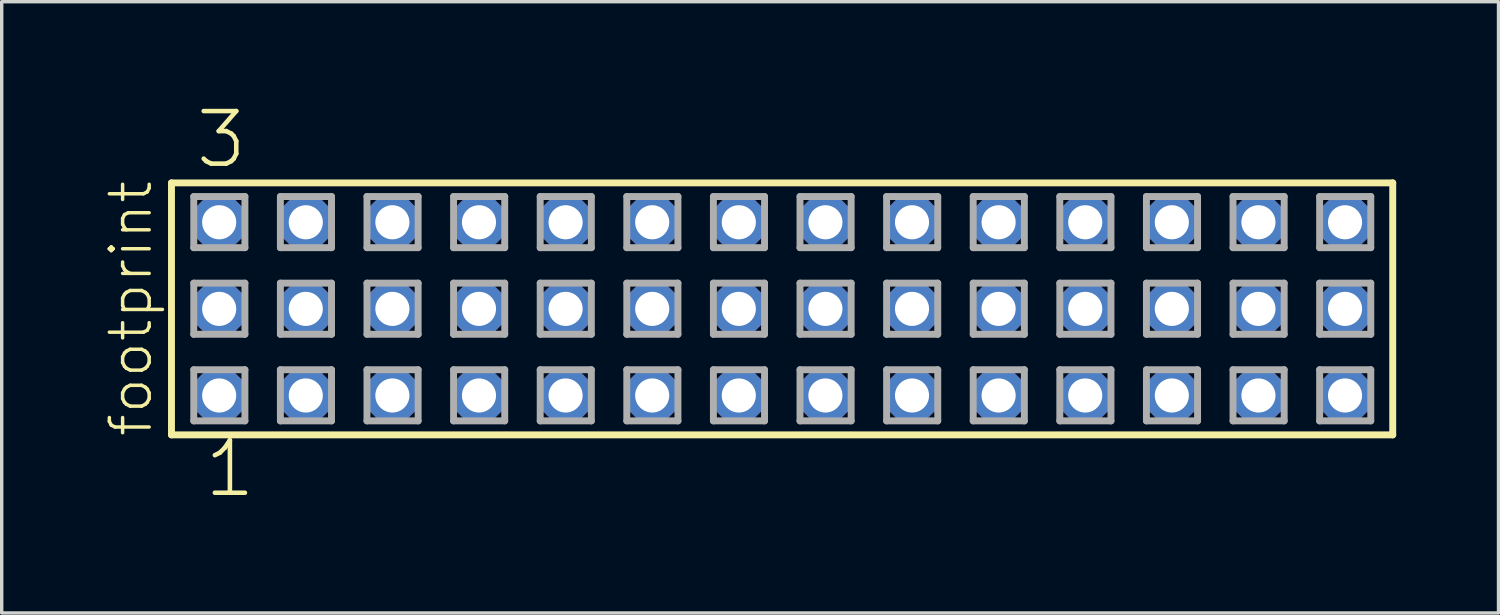
<source format=kicad_pcb>
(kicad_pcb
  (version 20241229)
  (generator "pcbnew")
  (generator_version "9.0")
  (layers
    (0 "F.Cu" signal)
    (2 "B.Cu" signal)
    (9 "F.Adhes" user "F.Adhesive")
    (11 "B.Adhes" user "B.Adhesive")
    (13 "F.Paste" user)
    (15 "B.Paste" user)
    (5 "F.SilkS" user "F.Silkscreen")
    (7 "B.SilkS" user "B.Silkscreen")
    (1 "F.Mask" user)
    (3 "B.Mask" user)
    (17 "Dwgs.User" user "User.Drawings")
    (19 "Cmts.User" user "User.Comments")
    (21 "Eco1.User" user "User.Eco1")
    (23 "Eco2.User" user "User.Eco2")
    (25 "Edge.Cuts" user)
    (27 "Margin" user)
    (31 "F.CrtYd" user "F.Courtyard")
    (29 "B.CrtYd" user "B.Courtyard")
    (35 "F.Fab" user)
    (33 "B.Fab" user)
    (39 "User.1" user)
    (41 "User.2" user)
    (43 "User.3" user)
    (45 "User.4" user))
  (footprint "footprint"
    (layer "F.Cu")
    (at 19.888 6.009)
    (property "Reference" "footprint" (at -18.415 3.81 90) (layer "F.SilkS") (effects (font (size 1.168 1.168) (thickness 0.102)) (justify left bottom)))
    (fp_line (start -17.909 -3.695) (end 17.909 -3.695) (stroke (width 0.203) (type solid)) (layer "F.SilkS"))
    (fp_line (start -17.909 3.695) (end -17.909 -3.695) (stroke (width 0.203) (type solid)) (layer "F.SilkS"))
    (fp_line (start 17.909 -3.695) (end 17.909 3.695) (stroke (width 0.203) (type solid)) (layer "F.SilkS"))
    (fp_line (start 17.909 3.695) (end -17.909 3.695) (stroke (width 0.203) (type solid)) (layer "F.SilkS"))
    (fp_line (start -17.255 -3.295) (end -15.755 -3.295) (stroke (width 0.203) (type solid)) (layer "F.Fab"))
    (fp_line (start -17.255 -1.795) (end -17.255 -3.295) (stroke (width 0.203) (type solid)) (layer "F.Fab"))
    (fp_line (start -17.255 -0.755) (end -15.755 -0.755) (stroke (width 0.203) (type solid)) (layer "F.Fab"))
    (fp_line (start -17.255 0.745) (end -17.255 -0.755) (stroke (width 0.203) (type solid)) (layer "F.Fab"))
    (fp_line (start -17.255 1.785) (end -15.755 1.785) (stroke (width 0.203) (type solid)) (layer "F.Fab"))
    (fp_line (start -17.255 3.285) (end -17.255 1.785) (stroke (width 0.203) (type solid)) (layer "F.Fab"))
    (fp_line (start -15.755 -3.295) (end -15.755 -1.795) (stroke (width 0.203) (type solid)) (layer "F.Fab"))
    (fp_line (start -15.755 -1.795) (end -17.255 -1.795) (stroke (width 0.203) (type solid)) (layer "F.Fab"))
    (fp_line (start -15.755 -0.755) (end -15.755 0.745) (stroke (width 0.203) (type solid)) (layer "F.Fab"))
    (fp_line (start -15.755 0.745) (end -17.255 0.745) (stroke (width 0.203) (type solid)) (layer "F.Fab"))
    (fp_line (start -15.755 1.785) (end -15.755 3.285) (stroke (width 0.203) (type solid)) (layer "F.Fab"))
    (fp_line (start -15.755 3.285) (end -17.255 3.285) (stroke (width 0.203) (type solid)) (layer "F.Fab"))
    (fp_line (start -14.715 -3.295) (end -13.215 -3.295) (stroke (width 0.203) (type solid)) (layer "F.Fab"))
    (fp_line (start -14.715 -1.795) (end -14.715 -3.295) (stroke (width 0.203) (type solid)) (layer "F.Fab"))
    (fp_line (start -14.715 -0.755) (end -13.215 -0.755) (stroke (width 0.203) (type solid)) (layer "F.Fab"))
    (fp_line (start -14.715 0.745) (end -14.715 -0.755) (stroke (width 0.203) (type solid)) (layer "F.Fab"))
    (fp_line (start -14.715 1.785) (end -13.215 1.785) (stroke (width 0.203) (type solid)) (layer "F.Fab"))
    (fp_line (start -14.715 3.285) (end -14.715 1.785) (stroke (width 0.203) (type solid)) (layer "F.Fab"))
    (fp_line (start -13.215 -3.295) (end -13.215 -1.795) (stroke (width 0.203) (type solid)) (layer "F.Fab"))
    (fp_line (start -13.215 -1.795) (end -14.715 -1.795) (stroke (width 0.203) (type solid)) (layer "F.Fab"))
    (fp_line (start -13.215 -0.755) (end -13.215 0.745) (stroke (width 0.203) (type solid)) (layer "F.Fab"))
    (fp_line (start -13.215 0.745) (end -14.715 0.745) (stroke (width 0.203) (type solid)) (layer "F.Fab"))
    (fp_line (start -13.215 1.785) (end -13.215 3.285) (stroke (width 0.203) (type solid)) (layer "F.Fab"))
    (fp_line (start -13.215 3.285) (end -14.715 3.285) (stroke (width 0.203) (type solid)) (layer "F.Fab"))
    (fp_line (start -12.175 -3.295) (end -10.675 -3.295) (stroke (width 0.203) (type solid)) (layer "F.Fab"))
    (fp_line (start -12.175 -1.795) (end -12.175 -3.295) (stroke (width 0.203) (type solid)) (layer "F.Fab"))
    (fp_line (start -12.175 -0.755) (end -10.675 -0.755) (stroke (width 0.203) (type solid)) (layer "F.Fab"))
    (fp_line (start -12.175 0.745) (end -12.175 -0.755) (stroke (width 0.203) (type solid)) (layer "F.Fab"))
    (fp_line (start -12.175 1.785) (end -10.675 1.785) (stroke (width 0.203) (type solid)) (layer "F.Fab"))
    (fp_line (start -12.175 3.285) (end -12.175 1.785) (stroke (width 0.203) (type solid)) (layer "F.Fab"))
    (fp_line (start -10.675 -3.295) (end -10.675 -1.795) (stroke (width 0.203) (type solid)) (layer "F.Fab"))
    (fp_line (start -10.675 -1.795) (end -12.175 -1.795) (stroke (width 0.203) (type solid)) (layer "F.Fab"))
    (fp_line (start -10.675 -0.755) (end -10.675 0.745) (stroke (width 0.203) (type solid)) (layer "F.Fab"))
    (fp_line (start -10.675 0.745) (end -12.175 0.745) (stroke (width 0.203) (type solid)) (layer "F.Fab"))
    (fp_line (start -10.675 1.785) (end -10.675 3.285) (stroke (width 0.203) (type solid)) (layer "F.Fab"))
    (fp_line (start -10.675 3.285) (end -12.175 3.285) (stroke (width 0.203) (type solid)) (layer "F.Fab"))
    (fp_line (start -9.635 -3.295) (end -8.135 -3.295) (stroke (width 0.203) (type solid)) (layer "F.Fab"))
    (fp_line (start -9.635 -1.795) (end -9.635 -3.295) (stroke (width 0.203) (type solid)) (layer "F.Fab"))
    (fp_line (start -9.635 -0.755) (end -8.135 -0.755) (stroke (width 0.203) (type solid)) (layer "F.Fab"))
    (fp_line (start -9.635 0.745) (end -9.635 -0.755) (stroke (width 0.203) (type solid)) (layer "F.Fab"))
    (fp_line (start -9.635 1.785) (end -8.135 1.785) (stroke (width 0.203) (type solid)) (layer "F.Fab"))
    (fp_line (start -9.635 3.285) (end -9.635 1.785) (stroke (width 0.203) (type solid)) (layer "F.Fab"))
    (fp_line (start -8.135 -3.295) (end -8.135 -1.795) (stroke (width 0.203) (type solid)) (layer "F.Fab"))
    (fp_line (start -8.135 -1.795) (end -9.635 -1.795) (stroke (width 0.203) (type solid)) (layer "F.Fab"))
    (fp_line (start -8.135 -0.755) (end -8.135 0.745) (stroke (width 0.203) (type solid)) (layer "F.Fab"))
    (fp_line (start -8.135 0.745) (end -9.635 0.745) (stroke (width 0.203) (type solid)) (layer "F.Fab"))
    (fp_line (start -8.135 1.785) (end -8.135 3.285) (stroke (width 0.203) (type solid)) (layer "F.Fab"))
    (fp_line (start -8.135 3.285) (end -9.635 3.285) (stroke (width 0.203) (type solid)) (layer "F.Fab"))
    (fp_line (start -7.095 -3.295) (end -5.595 -3.295) (stroke (width 0.203) (type solid)) (layer "F.Fab"))
    (fp_line (start -7.095 -1.795) (end -7.095 -3.295) (stroke (width 0.203) (type solid)) (layer "F.Fab"))
    (fp_line (start -7.095 -0.755) (end -5.595 -0.755) (stroke (width 0.203) (type solid)) (layer "F.Fab"))
    (fp_line (start -7.095 0.745) (end -7.095 -0.755) (stroke (width 0.203) (type solid)) (layer "F.Fab"))
    (fp_line (start -7.095 1.785) (end -5.595 1.785) (stroke (width 0.203) (type solid)) (layer "F.Fab"))
    (fp_line (start -7.095 3.285) (end -7.095 1.785) (stroke (width 0.203) (type solid)) (layer "F.Fab"))
    (fp_line (start -5.595 -3.295) (end -5.595 -1.795) (stroke (width 0.203) (type solid)) (layer "F.Fab"))
    (fp_line (start -5.595 -1.795) (end -7.095 -1.795) (stroke (width 0.203) (type solid)) (layer "F.Fab"))
    (fp_line (start -5.595 -0.755) (end -5.595 0.745) (stroke (width 0.203) (type solid)) (layer "F.Fab"))
    (fp_line (start -5.595 0.745) (end -7.095 0.745) (stroke (width 0.203) (type solid)) (layer "F.Fab"))
    (fp_line (start -5.595 1.785) (end -5.595 3.285) (stroke (width 0.203) (type solid)) (layer "F.Fab"))
    (fp_line (start -5.595 3.285) (end -7.095 3.285) (stroke (width 0.203) (type solid)) (layer "F.Fab"))
    (fp_line (start -4.555 -3.295) (end -3.055 -3.295) (stroke (width 0.203) (type solid)) (layer "F.Fab"))
    (fp_line (start -4.555 -1.795) (end -4.555 -3.295) (stroke (width 0.203) (type solid)) (layer "F.Fab"))
    (fp_line (start -4.555 -0.755) (end -3.055 -0.755) (stroke (width 0.203) (type solid)) (layer "F.Fab"))
    (fp_line (start -4.555 0.745) (end -4.555 -0.755) (stroke (width 0.203) (type solid)) (layer "F.Fab"))
    (fp_line (start -4.555 1.785) (end -3.055 1.785) (stroke (width 0.203) (type solid)) (layer "F.Fab"))
    (fp_line (start -4.555 3.285) (end -4.555 1.785) (stroke (width 0.203) (type solid)) (layer "F.Fab"))
    (fp_line (start -3.055 -3.295) (end -3.055 -1.795) (stroke (width 0.203) (type solid)) (layer "F.Fab"))
    (fp_line (start -3.055 -1.795) (end -4.555 -1.795) (stroke (width 0.203) (type solid)) (layer "F.Fab"))
    (fp_line (start -3.055 -0.755) (end -3.055 0.745) (stroke (width 0.203) (type solid)) (layer "F.Fab"))
    (fp_line (start -3.055 0.745) (end -4.555 0.745) (stroke (width 0.203) (type solid)) (layer "F.Fab"))
    (fp_line (start -3.055 1.785) (end -3.055 3.285) (stroke (width 0.203) (type solid)) (layer "F.Fab"))
    (fp_line (start -3.055 3.285) (end -4.555 3.285) (stroke (width 0.203) (type solid)) (layer "F.Fab"))
    (fp_line (start -2.015 -3.295) (end -0.515 -3.295) (stroke (width 0.203) (type solid)) (layer "F.Fab"))
    (fp_line (start -2.015 -1.795) (end -2.015 -3.295) (stroke (width 0.203) (type solid)) (layer "F.Fab"))
    (fp_line (start -2.015 -0.755) (end -0.515 -0.755) (stroke (width 0.203) (type solid)) (layer "F.Fab"))
    (fp_line (start -2.015 0.745) (end -2.015 -0.755) (stroke (width 0.203) (type solid)) (layer "F.Fab"))
    (fp_line (start -2.015 1.785) (end -0.515 1.785) (stroke (width 0.203) (type solid)) (layer "F.Fab"))
    (fp_line (start -2.015 3.285) (end -2.015 1.785) (stroke (width 0.203) (type solid)) (layer "F.Fab"))
    (fp_line (start -0.515 -3.295) (end -0.515 -1.795) (stroke (width 0.203) (type solid)) (layer "F.Fab"))
    (fp_line (start -0.515 -1.795) (end -2.015 -1.795) (stroke (width 0.203) (type solid)) (layer "F.Fab"))
    (fp_line (start -0.515 -0.755) (end -0.515 0.745) (stroke (width 0.203) (type solid)) (layer "F.Fab"))
    (fp_line (start -0.515 0.745) (end -2.015 0.745) (stroke (width 0.203) (type solid)) (layer "F.Fab"))
    (fp_line (start -0.515 1.785) (end -0.515 3.285) (stroke (width 0.203) (type solid)) (layer "F.Fab"))
    (fp_line (start -0.515 3.285) (end -2.015 3.285) (stroke (width 0.203) (type solid)) (layer "F.Fab"))
    (fp_line (start 0.525 -3.295) (end 2.025 -3.295) (stroke (width 0.203) (type solid)) (layer "F.Fab"))
    (fp_line (start 0.525 -1.795) (end 0.525 -3.295) (stroke (width 0.203) (type solid)) (layer "F.Fab"))
    (fp_line (start 0.525 -0.755) (end 2.025 -0.755) (stroke (width 0.203) (type solid)) (layer "F.Fab"))
    (fp_line (start 0.525 0.745) (end 0.525 -0.755) (stroke (width 0.203) (type solid)) (layer "F.Fab"))
    (fp_line (start 0.525 1.785) (end 2.025 1.785) (stroke (width 0.203) (type solid)) (layer "F.Fab"))
    (fp_line (start 0.525 3.285) (end 0.525 1.785) (stroke (width 0.203) (type solid)) (layer "F.Fab"))
    (fp_line (start 2.025 -3.295) (end 2.025 -1.795) (stroke (width 0.203) (type solid)) (layer "F.Fab"))
    (fp_line (start 2.025 -1.795) (end 0.525 -1.795) (stroke (width 0.203) (type solid)) (layer "F.Fab"))
    (fp_line (start 2.025 -0.755) (end 2.025 0.745) (stroke (width 0.203) (type solid)) (layer "F.Fab"))
    (fp_line (start 2.025 0.745) (end 0.525 0.745) (stroke (width 0.203) (type solid)) (layer "F.Fab"))
    (fp_line (start 2.025 1.785) (end 2.025 3.285) (stroke (width 0.203) (type solid)) (layer "F.Fab"))
    (fp_line (start 2.025 3.285) (end 0.525 3.285) (stroke (width 0.203) (type solid)) (layer "F.Fab"))
    (fp_line (start 3.065 -3.295) (end 4.565 -3.295) (stroke (width 0.203) (type solid)) (layer "F.Fab"))
    (fp_line (start 3.065 -1.795) (end 3.065 -3.295) (stroke (width 0.203) (type solid)) (layer "F.Fab"))
    (fp_line (start 3.065 -0.755) (end 4.565 -0.755) (stroke (width 0.203) (type solid)) (layer "F.Fab"))
    (fp_line (start 3.065 0.745) (end 3.065 -0.755) (stroke (width 0.203) (type solid)) (layer "F.Fab"))
    (fp_line (start 3.065 1.785) (end 4.565 1.785) (stroke (width 0.203) (type solid)) (layer "F.Fab"))
    (fp_line (start 3.065 3.285) (end 3.065 1.785) (stroke (width 0.203) (type solid)) (layer "F.Fab"))
    (fp_line (start 4.565 -3.295) (end 4.565 -1.795) (stroke (width 0.203) (type solid)) (layer "F.Fab"))
    (fp_line (start 4.565 -1.795) (end 3.065 -1.795) (stroke (width 0.203) (type solid)) (layer "F.Fab"))
    (fp_line (start 4.565 -0.755) (end 4.565 0.745) (stroke (width 0.203) (type solid)) (layer "F.Fab"))
    (fp_line (start 4.565 0.745) (end 3.065 0.745) (stroke (width 0.203) (type solid)) (layer "F.Fab"))
    (fp_line (start 4.565 1.785) (end 4.565 3.285) (stroke (width 0.203) (type solid)) (layer "F.Fab"))
    (fp_line (start 4.565 3.285) (end 3.065 3.285) (stroke (width 0.203) (type solid)) (layer "F.Fab"))
    (fp_line (start 5.605 -3.295) (end 7.105 -3.295) (stroke (width 0.203) (type solid)) (layer "F.Fab"))
    (fp_line (start 5.605 -1.795) (end 5.605 -3.295) (stroke (width 0.203) (type solid)) (layer "F.Fab"))
    (fp_line (start 5.605 -0.755) (end 7.105 -0.755) (stroke (width 0.203) (type solid)) (layer "F.Fab"))
    (fp_line (start 5.605 0.745) (end 5.605 -0.755) (stroke (width 0.203) (type solid)) (layer "F.Fab"))
    (fp_line (start 5.605 1.785) (end 7.105 1.785) (stroke (width 0.203) (type solid)) (layer "F.Fab"))
    (fp_line (start 5.605 3.285) (end 5.605 1.785) (stroke (width 0.203) (type solid)) (layer "F.Fab"))
    (fp_line (start 7.105 -3.295) (end 7.105 -1.795) (stroke (width 0.203) (type solid)) (layer "F.Fab"))
    (fp_line (start 7.105 -1.795) (end 5.605 -1.795) (stroke (width 0.203) (type solid)) (layer "F.Fab"))
    (fp_line (start 7.105 -0.755) (end 7.105 0.745) (stroke (width 0.203) (type solid)) (layer "F.Fab"))
    (fp_line (start 7.105 0.745) (end 5.605 0.745) (stroke (width 0.203) (type solid)) (layer "F.Fab"))
    (fp_line (start 7.105 1.785) (end 7.105 3.285) (stroke (width 0.203) (type solid)) (layer "F.Fab"))
    (fp_line (start 7.105 3.285) (end 5.605 3.285) (stroke (width 0.203) (type solid)) (layer "F.Fab"))
    (fp_line (start 8.145 -3.295) (end 9.645 -3.295) (stroke (width 0.203) (type solid)) (layer "F.Fab"))
    (fp_line (start 8.145 -1.795) (end 8.145 -3.295) (stroke (width 0.203) (type solid)) (layer "F.Fab"))
    (fp_line (start 8.145 -0.755) (end 9.645 -0.755) (stroke (width 0.203) (type solid)) (layer "F.Fab"))
    (fp_line (start 8.145 0.745) (end 8.145 -0.755) (stroke (width 0.203) (type solid)) (layer "F.Fab"))
    (fp_line (start 8.145 1.785) (end 9.645 1.785) (stroke (width 0.203) (type solid)) (layer "F.Fab"))
    (fp_line (start 8.145 3.285) (end 8.145 1.785) (stroke (width 0.203) (type solid)) (layer "F.Fab"))
    (fp_line (start 9.645 -3.295) (end 9.645 -1.795) (stroke (width 0.203) (type solid)) (layer "F.Fab"))
    (fp_line (start 9.645 -1.795) (end 8.145 -1.795) (stroke (width 0.203) (type solid)) (layer "F.Fab"))
    (fp_line (start 9.645 -0.755) (end 9.645 0.745) (stroke (width 0.203) (type solid)) (layer "F.Fab"))
    (fp_line (start 9.645 0.745) (end 8.145 0.745) (stroke (width 0.203) (type solid)) (layer "F.Fab"))
    (fp_line (start 9.645 1.785) (end 9.645 3.285) (stroke (width 0.203) (type solid)) (layer "F.Fab"))
    (fp_line (start 9.645 3.285) (end 8.145 3.285) (stroke (width 0.203) (type solid)) (layer "F.Fab"))
    (fp_line (start 10.685 -3.295) (end 12.185 -3.295) (stroke (width 0.203) (type solid)) (layer "F.Fab"))
    (fp_line (start 10.685 -1.795) (end 10.685 -3.295) (stroke (width 0.203) (type solid)) (layer "F.Fab"))
    (fp_line (start 10.685 -0.755) (end 12.185 -0.755) (stroke (width 0.203) (type solid)) (layer "F.Fab"))
    (fp_line (start 10.685 0.745) (end 10.685 -0.755) (stroke (width 0.203) (type solid)) (layer "F.Fab"))
    (fp_line (start 10.685 1.785) (end 12.185 1.785) (stroke (width 0.203) (type solid)) (layer "F.Fab"))
    (fp_line (start 10.685 3.285) (end 10.685 1.785) (stroke (width 0.203) (type solid)) (layer "F.Fab"))
    (fp_line (start 12.185 -3.295) (end 12.185 -1.795) (stroke (width 0.203) (type solid)) (layer "F.Fab"))
    (fp_line (start 12.185 -1.795) (end 10.685 -1.795) (stroke (width 0.203) (type solid)) (layer "F.Fab"))
    (fp_line (start 12.185 -0.755) (end 12.185 0.745) (stroke (width 0.203) (type solid)) (layer "F.Fab"))
    (fp_line (start 12.185 0.745) (end 10.685 0.745) (stroke (width 0.203) (type solid)) (layer "F.Fab"))
    (fp_line (start 12.185 1.785) (end 12.185 3.285) (stroke (width 0.203) (type solid)) (layer "F.Fab"))
    (fp_line (start 12.185 3.285) (end 10.685 3.285) (stroke (width 0.203) (type solid)) (layer "F.Fab"))
    (fp_line (start 13.225 -3.295) (end 14.725 -3.295) (stroke (width 0.203) (type solid)) (layer "F.Fab"))
    (fp_line (start 13.225 -1.795) (end 13.225 -3.295) (stroke (width 0.203) (type solid)) (layer "F.Fab"))
    (fp_line (start 13.225 -0.755) (end 14.725 -0.755) (stroke (width 0.203) (type solid)) (layer "F.Fab"))
    (fp_line (start 13.225 0.745) (end 13.225 -0.755) (stroke (width 0.203) (type solid)) (layer "F.Fab"))
    (fp_line (start 13.225 1.785) (end 14.725 1.785) (stroke (width 0.203) (type solid)) (layer "F.Fab"))
    (fp_line (start 13.225 3.285) (end 13.225 1.785) (stroke (width 0.203) (type solid)) (layer "F.Fab"))
    (fp_line (start 14.725 -3.295) (end 14.725 -1.795) (stroke (width 0.203) (type solid)) (layer "F.Fab"))
    (fp_line (start 14.725 -1.795) (end 13.225 -1.795) (stroke (width 0.203) (type solid)) (layer "F.Fab"))
    (fp_line (start 14.725 -0.755) (end 14.725 0.745) (stroke (width 0.203) (type solid)) (layer "F.Fab"))
    (fp_line (start 14.725 0.745) (end 13.225 0.745) (stroke (width 0.203) (type solid)) (layer "F.Fab"))
    (fp_line (start 14.725 1.785) (end 14.725 3.285) (stroke (width 0.203) (type solid)) (layer "F.Fab"))
    (fp_line (start 14.725 3.285) (end 13.225 3.285) (stroke (width 0.203) (type solid)) (layer "F.Fab"))
    (fp_line (start 15.765 -3.295) (end 17.265 -3.295) (stroke (width 0.203) (type solid)) (layer "F.Fab"))
    (fp_line (start 15.765 -1.795) (end 15.765 -3.295) (stroke (width 0.203) (type solid)) (layer "F.Fab"))
    (fp_line (start 15.765 -0.755) (end 17.265 -0.755) (stroke (width 0.203) (type solid)) (layer "F.Fab"))
    (fp_line (start 15.765 0.745) (end 15.765 -0.755) (stroke (width 0.203) (type solid)) (layer "F.Fab"))
    (fp_line (start 15.765 1.785) (end 17.265 1.785) (stroke (width 0.203) (type solid)) (layer "F.Fab"))
    (fp_line (start 15.765 3.285) (end 15.765 1.785) (stroke (width 0.203) (type solid)) (layer "F.Fab"))
    (fp_line (start 17.265 -3.295) (end 17.265 -1.795) (stroke (width 0.203) (type solid)) (layer "F.Fab"))
    (fp_line (start 17.265 -1.795) (end 15.765 -1.795) (stroke (width 0.203) (type solid)) (layer "F.Fab"))
    (fp_line (start 17.265 -0.755) (end 17.265 0.745) (stroke (width 0.203) (type solid)) (layer "F.Fab"))
    (fp_line (start 17.265 0.745) (end 15.765 0.745) (stroke (width 0.203) (type solid)) (layer "F.Fab"))
    (fp_line (start 17.265 1.785) (end 17.265 3.285) (stroke (width 0.203) (type solid)) (layer "F.Fab"))
    (fp_line (start 17.265 3.285) (end 15.765 3.285) (stroke (width 0.203) (type solid)) (layer "F.Fab"))
    (fp_text user "3" (at -17.272 -4.064 0) (layer "F.SilkS") (effects (font (size 1.542 1.542) (thickness 0.134)) (justify left bottom)))
    (fp_text user "1" (at -17.018 5.588 0) (layer "F.SilkS") (effects (font (size 1.542 1.542) (thickness 0.134)) (justify left bottom)))
    (pad "1" thru_hole roundrect (at -16.51 2.54) (size 1.5 1.5) (drill 1) (layers "*.Cu" "*.Mask") (roundrect_rratio 0.25) (chamfer_ratio 0.25) (chamfer top_left top_right bottom_left bottom_right))
    (pad "2" thru_hole roundrect (at -16.51 0) (size 1.5 1.5) (drill 1) (layers "*.Cu" "*.Mask") (roundrect_rratio 0.25) (chamfer_ratio 0.25) (chamfer top_left top_right bottom_left bottom_right))
    (pad "3" thru_hole roundrect (at -16.51 -2.54) (size 1.5 1.5) (drill 1) (layers "*.Cu" "*.Mask") (roundrect_rratio 0.25) (chamfer_ratio 0.25) (chamfer top_left top_right bottom_left bottom_right))
    (pad "4" thru_hole roundrect (at -13.97 2.54) (size 1.5 1.5) (drill 1) (layers "*.Cu" "*.Mask") (roundrect_rratio 0.25) (chamfer_ratio 0.25) (chamfer top_left top_right bottom_left bottom_right))
    (pad "5" thru_hole roundrect (at -13.97 0) (size 1.5 1.5) (drill 1) (layers "*.Cu" "*.Mask") (roundrect_rratio 0.25) (chamfer_ratio 0.25) (chamfer top_left top_right bottom_left bottom_right))
    (pad "6" thru_hole roundrect (at -13.97 -2.54) (size 1.5 1.5) (drill 1) (layers "*.Cu" "*.Mask") (roundrect_rratio 0.25) (chamfer_ratio 0.25) (chamfer top_left top_right bottom_left bottom_right))
    (pad "7" thru_hole roundrect (at -11.43 2.54) (size 1.5 1.5) (drill 1) (layers "*.Cu" "*.Mask") (roundrect_rratio 0.25) (chamfer_ratio 0.25) (chamfer top_left top_right bottom_left bottom_right))
    (pad "8" thru_hole roundrect (at -11.43 0) (size 1.5 1.5) (drill 1) (layers "*.Cu" "*.Mask") (roundrect_rratio 0.25) (chamfer_ratio 0.25) (chamfer top_left top_right bottom_left bottom_right))
    (pad "9" thru_hole roundrect (at -11.43 -2.54) (size 1.5 1.5) (drill 1) (layers "*.Cu" "*.Mask") (roundrect_rratio 0.25) (chamfer_ratio 0.25) (chamfer top_left top_right bottom_left bottom_right))
    (pad "10" thru_hole roundrect (at -8.89 2.54) (size 1.5 1.5) (drill 1) (layers "*.Cu" "*.Mask") (roundrect_rratio 0.25) (chamfer_ratio 0.25) (chamfer top_left top_right bottom_left bottom_right))
    (pad "11" thru_hole roundrect (at -8.89 0) (size 1.5 1.5) (drill 1) (layers "*.Cu" "*.Mask") (roundrect_rratio 0.25) (chamfer_ratio 0.25) (chamfer top_left top_right bottom_left bottom_right))
    (pad "12" thru_hole roundrect (at -8.89 -2.54) (size 1.5 1.5) (drill 1) (layers "*.Cu" "*.Mask") (roundrect_rratio 0.25) (chamfer_ratio 0.25) (chamfer top_left top_right bottom_left bottom_right))
    (pad "13" thru_hole roundrect (at -6.35 2.54) (size 1.5 1.5) (drill 1) (layers "*.Cu" "*.Mask") (roundrect_rratio 0.25) (chamfer_ratio 0.25) (chamfer top_left top_right bottom_left bottom_right))
    (pad "14" thru_hole roundrect (at -6.35 0) (size 1.5 1.5) (drill 1) (layers "*.Cu" "*.Mask") (roundrect_rratio 0.25) (chamfer_ratio 0.25) (chamfer top_left top_right bottom_left bottom_right))
    (pad "15" thru_hole roundrect (at -6.35 -2.54) (size 1.5 1.5) (drill 1) (layers "*.Cu" "*.Mask") (roundrect_rratio 0.25) (chamfer_ratio 0.25) (chamfer top_left top_right bottom_left bottom_right))
    (pad "16" thru_hole roundrect (at -3.81 2.54) (size 1.5 1.5) (drill 1) (layers "*.Cu" "*.Mask") (roundrect_rratio 0.25) (chamfer_ratio 0.25) (chamfer top_left top_right bottom_left bottom_right))
    (pad "17" thru_hole roundrect (at -3.81 0) (size 1.5 1.5) (drill 1) (layers "*.Cu" "*.Mask") (roundrect_rratio 0.25) (chamfer_ratio 0.25) (chamfer top_left top_right bottom_left bottom_right))
    (pad "18" thru_hole roundrect (at -3.81 -2.54) (size 1.5 1.5) (drill 1) (layers "*.Cu" "*.Mask") (roundrect_rratio 0.25) (chamfer_ratio 0.25) (chamfer top_left top_right bottom_left bottom_right))
    (pad "19" thru_hole roundrect (at -1.27 2.54) (size 1.5 1.5) (drill 1) (layers "*.Cu" "*.Mask") (roundrect_rratio 0.25) (chamfer_ratio 0.25) (chamfer top_left top_right bottom_left bottom_right))
    (pad "20" thru_hole roundrect (at -1.27 0) (size 1.5 1.5) (drill 1) (layers "*.Cu" "*.Mask") (roundrect_rratio 0.25) (chamfer_ratio 0.25) (chamfer top_left top_right bottom_left bottom_right))
    (pad "21" thru_hole roundrect (at -1.27 -2.54) (size 1.5 1.5) (drill 1) (layers "*.Cu" "*.Mask") (roundrect_rratio 0.25) (chamfer_ratio 0.25) (chamfer top_left top_right bottom_left bottom_right))
    (pad "22" thru_hole roundrect (at 1.27 2.54) (size 1.5 1.5) (drill 1) (layers "*.Cu" "*.Mask") (roundrect_rratio 0.25) (chamfer_ratio 0.25) (chamfer top_left top_right bottom_left bottom_right))
    (pad "23" thru_hole roundrect (at 1.27 0) (size 1.5 1.5) (drill 1) (layers "*.Cu" "*.Mask") (roundrect_rratio 0.25) (chamfer_ratio 0.25) (chamfer top_left top_right bottom_left bottom_right))
    (pad "24" thru_hole roundrect (at 1.27 -2.54) (size 1.5 1.5) (drill 1) (layers "*.Cu" "*.Mask") (roundrect_rratio 0.25) (chamfer_ratio 0.25) (chamfer top_left top_right bottom_left bottom_right))
    (pad "25" thru_hole roundrect (at 3.81 2.54) (size 1.5 1.5) (drill 1) (layers "*.Cu" "*.Mask") (roundrect_rratio 0.25) (chamfer_ratio 0.25) (chamfer top_left top_right bottom_left bottom_right))
    (pad "26" thru_hole roundrect (at 3.81 0) (size 1.5 1.5) (drill 1) (layers "*.Cu" "*.Mask") (roundrect_rratio 0.25) (chamfer_ratio 0.25) (chamfer top_left top_right bottom_left bottom_right))
    (pad "27" thru_hole roundrect (at 3.81 -2.54) (size 1.5 1.5) (drill 1) (layers "*.Cu" "*.Mask") (roundrect_rratio 0.25) (chamfer_ratio 0.25) (chamfer top_left top_right bottom_left bottom_right))
    (pad "28" thru_hole roundrect (at 6.35 2.54) (size 1.5 1.5) (drill 1) (layers "*.Cu" "*.Mask") (roundrect_rratio 0.25) (chamfer_ratio 0.25) (chamfer top_left top_right bottom_left bottom_right))
    (pad "29" thru_hole roundrect (at 6.35 0) (size 1.5 1.5) (drill 1) (layers "*.Cu" "*.Mask") (roundrect_rratio 0.25) (chamfer_ratio 0.25) (chamfer top_left top_right bottom_left bottom_right))
    (pad "30" thru_hole roundrect (at 6.35 -2.54) (size 1.5 1.5) (drill 1) (layers "*.Cu" "*.Mask") (roundrect_rratio 0.25) (chamfer_ratio 0.25) (chamfer top_left top_right bottom_left bottom_right))
    (pad "31" thru_hole roundrect (at 8.89 2.54) (size 1.5 1.5) (drill 1) (layers "*.Cu" "*.Mask") (roundrect_rratio 0.25) (chamfer_ratio 0.25) (chamfer top_left top_right bottom_left bottom_right))
    (pad "32" thru_hole roundrect (at 8.89 0) (size 1.5 1.5) (drill 1) (layers "*.Cu" "*.Mask") (roundrect_rratio 0.25) (chamfer_ratio 0.25) (chamfer top_left top_right bottom_left bottom_right))
    (pad "33" thru_hole roundrect (at 8.89 -2.54) (size 1.5 1.5) (drill 1) (layers "*.Cu" "*.Mask") (roundrect_rratio 0.25) (chamfer_ratio 0.25) (chamfer top_left top_right bottom_left bottom_right))
    (pad "34" thru_hole roundrect (at 11.43 2.54) (size 1.5 1.5) (drill 1) (layers "*.Cu" "*.Mask") (roundrect_rratio 0.25) (chamfer_ratio 0.25) (chamfer top_left top_right bottom_left bottom_right))
    (pad "35" thru_hole roundrect (at 11.43 0) (size 1.5 1.5) (drill 1) (layers "*.Cu" "*.Mask") (roundrect_rratio 0.25) (chamfer_ratio 0.25) (chamfer top_left top_right bottom_left bottom_right))
    (pad "36" thru_hole roundrect (at 11.43 -2.54) (size 1.5 1.5) (drill 1) (layers "*.Cu" "*.Mask") (roundrect_rratio 0.25) (chamfer_ratio 0.25) (chamfer top_left top_right bottom_left bottom_right))
    (pad "37" thru_hole roundrect (at 13.97 2.54) (size 1.5 1.5) (drill 1) (layers "*.Cu" "*.Mask") (roundrect_rratio 0.25) (chamfer_ratio 0.25) (chamfer top_left top_right bottom_left bottom_right))
    (pad "38" thru_hole roundrect (at 13.97 0) (size 1.5 1.5) (drill 1) (layers "*.Cu" "*.Mask") (roundrect_rratio 0.25) (chamfer_ratio 0.25) (chamfer top_left top_right bottom_left bottom_right))
    (pad "39" thru_hole roundrect (at 13.97 -2.54) (size 1.5 1.5) (drill 1) (layers "*.Cu" "*.Mask") (roundrect_rratio 0.25) (chamfer_ratio 0.25) (chamfer top_left top_right bottom_left bottom_right))
    (pad "40" thru_hole roundrect (at 16.51 2.54) (size 1.5 1.5) (drill 1) (layers "*.Cu" "*.Mask") (roundrect_rratio 0.25) (chamfer_ratio 0.25) (chamfer top_left top_right bottom_left bottom_right))
    (pad "41" thru_hole roundrect (at 16.51 0) (size 1.5 1.5) (drill 1) (layers "*.Cu" "*.Mask") (roundrect_rratio 0.25) (chamfer_ratio 0.25) (chamfer top_left top_right bottom_left bottom_right))
    (pad "42" thru_hole roundrect (at 16.51 -2.54) (size 1.5 1.5) (drill 1) (layers "*.Cu" "*.Mask") (roundrect_rratio 0.25) (chamfer_ratio 0.25) (chamfer top_left top_right bottom_left bottom_right)))
  (gr_rect
    (start -3 -3)
    (end 40.899 14.927)
    (stroke (width 0.1) (type default))
    (fill no)
    (layer "Edge.Cuts")))
</source>
